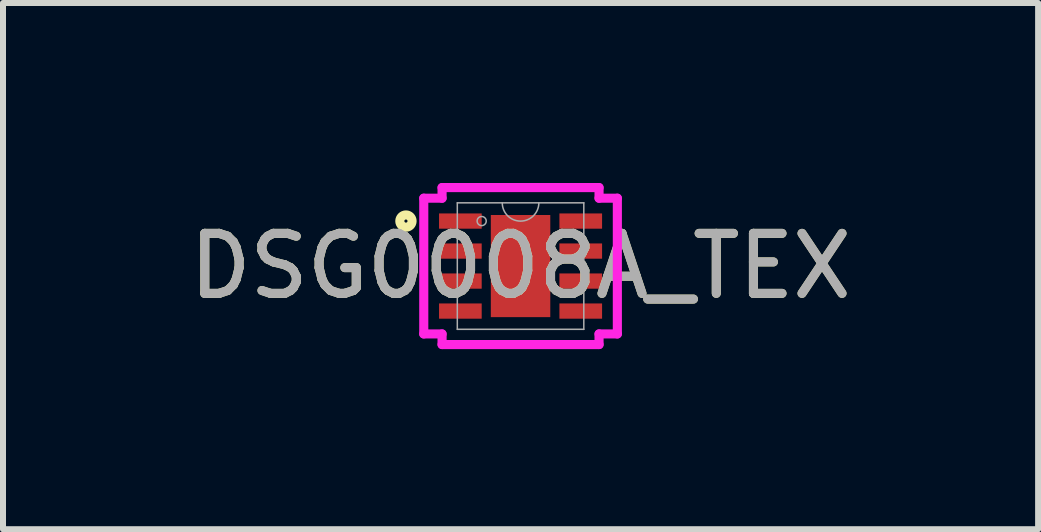
<source format=kicad_pcb>
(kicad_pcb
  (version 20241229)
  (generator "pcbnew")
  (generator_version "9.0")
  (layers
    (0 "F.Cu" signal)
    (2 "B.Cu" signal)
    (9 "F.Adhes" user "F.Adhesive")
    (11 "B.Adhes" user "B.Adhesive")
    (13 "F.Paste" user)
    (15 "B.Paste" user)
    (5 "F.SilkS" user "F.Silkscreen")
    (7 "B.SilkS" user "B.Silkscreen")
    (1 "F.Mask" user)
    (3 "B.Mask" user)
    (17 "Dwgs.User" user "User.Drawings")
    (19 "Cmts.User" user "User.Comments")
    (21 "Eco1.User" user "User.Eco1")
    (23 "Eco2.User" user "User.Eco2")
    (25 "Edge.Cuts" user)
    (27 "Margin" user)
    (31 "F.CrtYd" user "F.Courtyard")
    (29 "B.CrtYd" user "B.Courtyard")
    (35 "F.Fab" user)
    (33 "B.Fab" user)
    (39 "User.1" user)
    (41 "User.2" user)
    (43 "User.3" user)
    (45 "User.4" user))
  (footprint "DSG0008A_TEX"
    (layer "F.Cu")
    (at 5.625 1.384)
    (property "Reference" "DSG0008A_TEX" (at 0 0 0) (unlocked yes) (layer "F.SilkS") (effects (font (size 1 1) (thickness 0.15))))
    (attr smd)
    (fp_circle (center -1.91 -0.75) (end -1.808 -0.75) (stroke (width 0.152) (type solid)) (fill no) (layer "F.SilkS"))
    (fp_line (start -1.613 -1.131) (end -1.308 -1.131) (stroke (width 0.152) (type solid)) (layer "F.CrtYd"))
    (fp_line (start -1.613 1.131) (end -1.613 -1.131) (stroke (width 0.152) (type solid)) (layer "F.CrtYd"))
    (fp_line (start -1.613 1.131) (end -1.308 1.131) (stroke (width 0.152) (type solid)) (layer "F.CrtYd"))
    (fp_line (start -1.308 -1.308) (end 1.308 -1.308) (stroke (width 0.152) (type solid)) (layer "F.CrtYd"))
    (fp_line (start -1.308 -1.131) (end -1.308 -1.308) (stroke (width 0.152) (type solid)) (layer "F.CrtYd"))
    (fp_line (start -1.308 1.308) (end -1.308 1.131) (stroke (width 0.152) (type solid)) (layer "F.CrtYd"))
    (fp_line (start 1.308 -1.308) (end 1.308 -1.131) (stroke (width 0.152) (type solid)) (layer "F.CrtYd"))
    (fp_line (start 1.308 1.131) (end 1.308 1.308) (stroke (width 0.152) (type solid)) (layer "F.CrtYd"))
    (fp_line (start 1.308 1.308) (end -1.308 1.308) (stroke (width 0.152) (type solid)) (layer "F.CrtYd"))
    (fp_line (start 1.613 -1.131) (end 1.308 -1.131) (stroke (width 0.152) (type solid)) (layer "F.CrtYd"))
    (fp_line (start 1.613 -1.131) (end 1.613 1.131) (stroke (width 0.152) (type solid)) (layer "F.CrtYd"))
    (fp_line (start 1.613 1.131) (end 1.308 1.131) (stroke (width 0.152) (type solid)) (layer "F.CrtYd"))
    (fp_line (start -1.054 -1.054) (end -1.054 1.054) (stroke (width 0.025) (type solid)) (layer "F.Fab"))
    (fp_line (start -1.054 1.054) (end 1.054 1.054) (stroke (width 0.025) (type solid)) (layer "F.Fab"))
    (fp_line (start 1.054 -1.054) (end -1.054 -1.054) (stroke (width 0.025) (type solid)) (layer "F.Fab"))
    (fp_line (start 1.054 1.054) (end 1.054 -1.054) (stroke (width 0.025) (type solid)) (layer "F.Fab"))
    (fp_arc (start 0.3048 -1.0541) (mid 0 -0.7493) (end -0.3048 -1.0541) (stroke (width 0.0254) (type solid)) (layer "F.Fab"))
    (fp_circle (center -0.648 -0.75) (end -0.572 -0.75) (stroke (width 0.025) (type solid)) (fill no) (layer "F.Fab"))
    (fp_text user "${REFERENCE}" (at 0 0 0) (unlocked yes) (layer "F.Fab") (effects (font (size 1 1) (thickness 0.15))))
    (pad "1" smd rect (at -1.003 -0.75) (size 0.711 0.254) (layers "F.Cu" "F.Mask" "F.Paste"))
    (pad "2" smd rect (at -1.003 -0.25) (size 0.711 0.254) (layers "F.Cu" "F.Mask" "F.Paste"))
    (pad "3" smd rect (at -1.003 0.25) (size 0.711 0.254) (layers "F.Cu" "F.Mask" "F.Paste"))
    (pad "4" smd rect (at -1.003 0.75) (size 0.711 0.254) (layers "F.Cu" "F.Mask" "F.Paste"))
    (pad "5" smd rect (at 1.003 0.75) (size 0.711 0.254) (layers "F.Cu" "F.Mask" "F.Paste"))
    (pad "6" smd rect (at 1.003 0.25) (size 0.711 0.254) (layers "F.Cu" "F.Mask" "F.Paste"))
    (pad "7" smd rect (at 1.003 -0.25) (size 0.711 0.254) (layers "F.Cu" "F.Mask" "F.Paste"))
    (pad "8" smd rect (at 1.003 -0.75) (size 0.711 0.254) (layers "F.Cu" "F.Mask" "F.Paste"))
    (pad "9" smd rect (at 0 0) (size 0.991 1.702) (layers "F.Cu" "F.Mask" "F.Paste")))
  (gr_rect
    (start -3 -3)
    (end 14.25 5.769)
    (stroke (width 0.1) (type default))
    (fill no)
    (layer "Edge.Cuts")))
</source>
